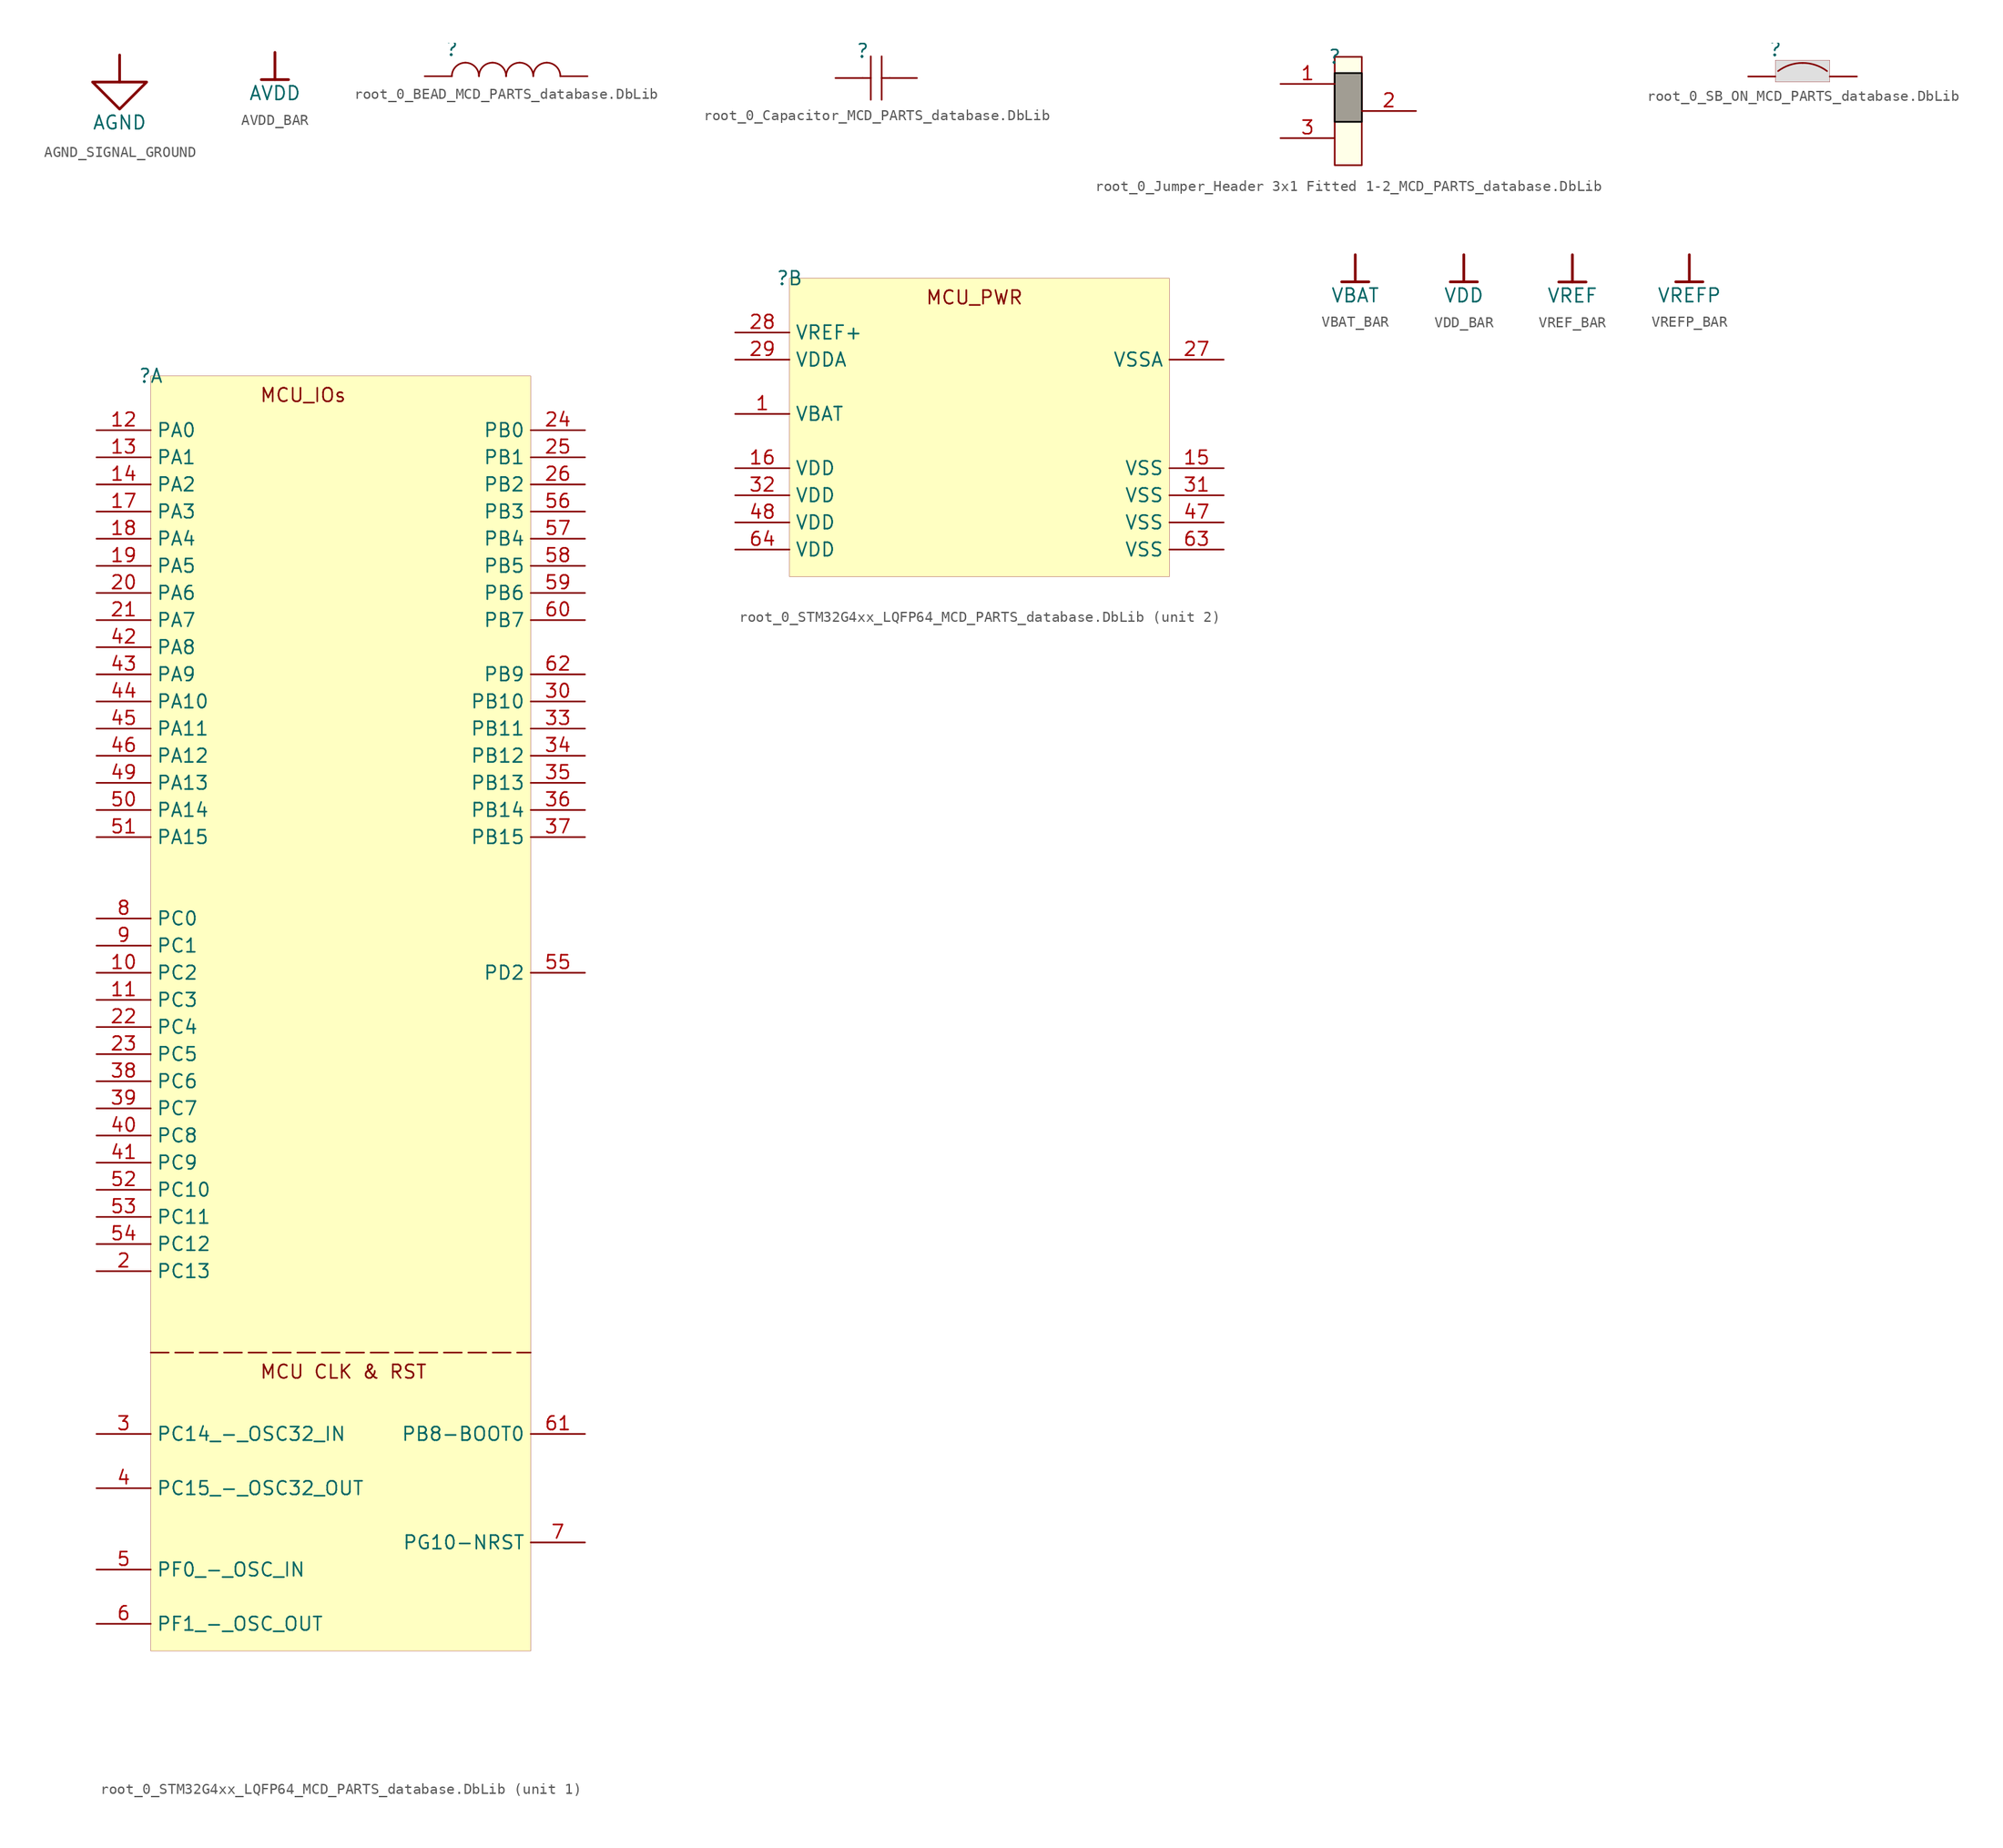
<source format=kicad_sym>
(kicad_symbol_lib
  (version 20241209)
  (generator "kicad_symbol_editor")
  (generator_version "9.0")
  (symbol "AGND_SIGNAL_GROUND"
    (power)
    (property "Reference" "#PWR"
      (at 0 0 0)
      (effects (font (size 1.27 1.27)) (hide yes)))
    (property "Value" "AGND"
      (at 0 -6.35 0)
      (effects (font (size 1.27 1.27))))
    (symbol "AGND_SIGNAL_GROUND_0_0"
      (polyline (pts (xy -2.54 -2.54) (xy 2.54 -2.54) (xy 0 -5.08) (xy -2.54 -2.54)) (stroke (width 0.254) (type solid)) (fill (type none)))
      (polyline (pts (xy 0 0) (xy 0 -2.54)) (stroke (width 0.254) (type solid)) (fill (type none)))
      (pin power_in line (at 0 0 0) (length 0) (hide yes) (name "AGND" (effects (font (size 1.27 1.27)))) (number "" (effects (font (size 1.27 1.27)))))))
  (symbol "AVDD_BAR"
    (power)
    (property "Reference" "#PWR"
      (at 0 0 0)
      (effects (font (size 1.27 1.27)) (hide yes)))
    (property "Value" "AVDD"
      (at 0 -3.81 0)
      (effects (font (size 1.27 1.27))))
    (symbol "AVDD_BAR_0_0"
      (polyline (pts (xy -1.27 -2.54) (xy 1.27 -2.54)) (stroke (width 0.254) (type solid)) (fill (type none)))
      (polyline (pts (xy 0 0) (xy 0 -2.54)) (stroke (width 0.254) (type solid)) (fill (type none)))
      (pin power_in line (at 0 0 0) (length 0) (hide yes) (name "AVDD" (effects (font (size 1.27 1.27)))) (number "" (effects (font (size 1.27 1.27)))))))
  (symbol "root_0_BEAD_MCD_PARTS_database.DbLib"
    (pin_numbers
      (hide yes))
    (pin_names
      (hide yes))
    (property "Reference" ""
      (at 0 0 0)
      (effects (font (size 1.27 1.27))))
    (property "Value" ""
      (at 0 0 0)
      (effects (font (size 1.27 1.27))))
    (symbol "root_0_BEAD_MCD_PARTS_database.DbLib_1_0"
      (arc (start 0 -2.54) (mid 0.372 -1.642) (end 1.27 -1.27) (stroke (width 0) (type solid)) (fill (type none)))
      (arc (start 1.27 -1.27) (mid 2.168 -1.642) (end 2.54 -2.54) (stroke (width 0) (type solid)) (fill (type none)))
      (arc (start 2.54 -2.54) (mid 2.912 -1.642) (end 3.81 -1.27) (stroke (width 0) (type solid)) (fill (type none)))
      (arc (start 3.81 -1.27) (mid 4.708 -1.642) (end 5.08 -2.54) (stroke (width 0) (type solid)) (fill (type none)))
      (arc (start 5.08 -2.54) (mid 5.452 -1.642) (end 6.35 -1.27) (stroke (width 0) (type solid)) (fill (type none)))
      (arc (start 6.35 -1.27) (mid 7.248 -1.642) (end 7.62 -2.54) (stroke (width 0) (type solid)) (fill (type none)))
      (arc (start 7.62 -2.54) (mid 7.992 -1.642) (end 8.89 -1.27) (stroke (width 0) (type solid)) (fill (type none)))
      (arc (start 8.89 -1.27) (mid 9.788 -1.642) (end 10.16 -2.54) (stroke (width 0) (type solid)) (fill (type none)))
      (pin passive line (at -2.54 -2.54 0) (length 2.54) (name "1" (effects (font (size 1.27 1.27)))) (number "1" (effects (font (size 1.27 1.27)))))
      (pin passive line (at 12.7 -2.54 180) (length 2.54) (name "2" (effects (font (size 1.27 1.27)))) (number "2" (effects (font (size 1.27 1.27)))))))
  (symbol "root_0_Capacitor_MCD_PARTS_database.DbLib"
    (pin_numbers
      (hide yes))
    (pin_names
      (hide yes))
    (property "Reference" ""
      (at 0 0 0)
      (effects (font (size 1.27 1.27))))
    (property "Value" ""
      (at 0 0 0)
      (effects (font (size 1.27 1.27))))
    (symbol "root_0_Capacitor_MCD_PARTS_database.DbLib_1_0"
      (polyline (pts (xy 0 -2.54) (xy 0.762 -2.54)) (stroke (width 0) (type solid)) (fill (type none)))
      (polyline (pts (xy 0.762 -4.572) (xy 0.762 -0.508)) (stroke (width 0) (type solid)) (fill (type none)))
      (polyline (pts (xy 1.778 -0.508) (xy 1.778 -4.572)) (stroke (width 0) (type solid)) (fill (type none)))
      (polyline (pts (xy 2.54 -2.54) (xy 1.778 -2.54)) (stroke (width 0) (type solid)) (fill (type none)))
      (pin passive line (at -2.54 -2.54 0) (length 2.54) (name "1" (effects (font (size 1.27 1.27)))) (number "1" (effects (font (size 1.27 1.27)))))
      (pin passive line (at 5.08 -2.54 180) (length 2.54) (name "2" (effects (font (size 1.27 1.27)))) (number "2" (effects (font (size 1.27 1.27)))))))
  (symbol "root_0_Jumper_Header 3x1 Fitted 1-2_MCD_PARTS_database.DbLib"
    (pin_names
      (hide yes))
    (property "Reference" ""
      (at 0 0 0)
      (effects (font (size 1.27 1.27))))
    (property "Value" ""
      (at 0 0 0)
      (effects (font (size 1.27 1.27))))
    (symbol "root_0_Jumper_Header 3x1 Fitted 1-2_MCD_PARTS_database.DbLib_1_0"
      (rectangle (start 2.54 0) (end 0 -10.16) (stroke (width 0) (type solid)) (fill (type color) (color 255 255 232 1)))
      (rectangle (start 2.54 -1.524) (end 0 -6.096) (stroke (width 0) (type solid) (color 0 0 0 1)) (fill (type color) (color 68 60 62 0.5)))
      (pin passive line (at -5.08 -2.54 0) (length 5.08) (name "1" (effects (font (size 1.27 1.27)))) (number "1" (effects (font (size 1.27 1.27)))))
      (pin passive line (at -5.08 -7.62 0) (length 5.08) (name "3" (effects (font (size 1.27 1.27)))) (number "3" (effects (font (size 1.27 1.27)))))
      (pin passive line (at 7.62 -5.08 180) (length 5.08) (name "2" (effects (font (size 1.27 1.27)))) (number "2" (effects (font (size 1.27 1.27)))))))
  (symbol "root_0_SB_ON_MCD_PARTS_database.DbLib"
    (pin_numbers
      (hide yes))
    (pin_names
      (hide yes))
    (property "Reference" ""
      (at 0 0 0)
      (effects (font (size 1.27 1.27))))
    (property "Value" ""
      (at 0 0 0)
      (effects (font (size 1.27 1.27))))
    (symbol "root_0_SB_ON_MCD_PARTS_database.DbLib_1_0"
      (arc (start 0.254 -2.032) (mid 1.3352 -1.4655) (end 2.54 -1.27) (stroke (width 0) (type solid)) (fill (type none)))
      (arc (start 2.54 -1.27) (mid 3.7448 -1.4655) (end 4.826 -2.032) (stroke (width 0) (type solid)) (fill (type none)))
      (rectangle (start 5.08 -1.016) (end 0 -3.048) (stroke (width 0.025) (type solid) (color 128 0 0 1)) (fill (type color) (color 192 192 192 0.5)))
      (pin passive line (at -2.54 -2.54 0) (length 2.54) (name "1" (effects (font (size 1.27 1.27)))) (number "1" (effects (font (size 1.27 1.27)))))
      (pin passive line (at 7.62 -2.54 180) (length 2.54) (name "2" (effects (font (size 1.27 1.27)))) (number "2" (effects (font (size 1.27 1.27)))))))
  (symbol "root_0_STM32G4xx_LQFP64_MCD_PARTS_database.DbLib"
    (property "Reference" ""
      (at 0 0 0)
      (effects (font (size 1.27 1.27))))
    (property "Value" ""
      (at 0 0 0)
      (effects (font (size 1.27 1.27))))
    (symbol "root_0_STM32G4xx_LQFP64_MCD_PARTS_database.DbLib_1_0"
      (polyline (pts (xy 0 -91.44) (xy 35.56 -91.44)) (stroke (width 0) (type dash)) (fill (type none)))
      (rectangle (start 35.56 0) (end 0 -119.38) (stroke (width 0.025) (type solid) (color 128 0 0 1)) (fill (type background)))
      (text "MCU_IOs" (at 10.16 -2.54 0) (effects (font (size 1.27 1.27)) (justify left bottom)))
      (text "MCU CLK & RST" (at 10.16 -93.98 0) (effects (font (size 1.27 1.27)) (justify left bottom)))
      (pin passive line (at -5.08 -5.08 0) (length 5.08) (name "PA0" (effects (font (size 1.27 1.27)))) (number "12" (effects (font (size 1.27 1.27)))))
      (pin passive line (at -5.08 -7.62 0) (length 5.08) (name "PA1" (effects (font (size 1.27 1.27)))) (number "13" (effects (font (size 1.27 1.27)))))
      (pin passive line (at -5.08 -10.16 0) (length 5.08) (name "PA2" (effects (font (size 1.27 1.27)))) (number "14" (effects (font (size 1.27 1.27)))))
      (pin passive line (at -5.08 -12.7 0) (length 5.08) (name "PA3" (effects (font (size 1.27 1.27)))) (number "17" (effects (font (size 1.27 1.27)))))
      (pin passive line (at -5.08 -15.24 0) (length 5.08) (name "PA4" (effects (font (size 1.27 1.27)))) (number "18" (effects (font (size 1.27 1.27)))))
      (pin passive line (at -5.08 -17.78 0) (length 5.08) (name "PA5" (effects (font (size 1.27 1.27)))) (number "19" (effects (font (size 1.27 1.27)))))
      (pin passive line (at -5.08 -20.32 0) (length 5.08) (name "PA6" (effects (font (size 1.27 1.27)))) (number "20" (effects (font (size 1.27 1.27)))))
      (pin passive line (at -5.08 -22.86 0) (length 5.08) (name "PA7" (effects (font (size 1.27 1.27)))) (number "21" (effects (font (size 1.27 1.27)))))
      (pin passive line (at -5.08 -25.4 0) (length 5.08) (name "PA8" (effects (font (size 1.27 1.27)))) (number "42" (effects (font (size 1.27 1.27)))))
      (pin passive line (at -5.08 -27.94 0) (length 5.08) (name "PA9" (effects (font (size 1.27 1.27)))) (number "43" (effects (font (size 1.27 1.27)))))
      (pin passive line (at -5.08 -30.48 0) (length 5.08) (name "PA10" (effects (font (size 1.27 1.27)))) (number "44" (effects (font (size 1.27 1.27)))))
      (pin passive line (at -5.08 -33.02 0) (length 5.08) (name "PA11" (effects (font (size 1.27 1.27)))) (number "45" (effects (font (size 1.27 1.27)))))
      (pin passive line (at -5.08 -35.56 0) (length 5.08) (name "PA12" (effects (font (size 1.27 1.27)))) (number "46" (effects (font (size 1.27 1.27)))))
      (pin passive line (at -5.08 -38.1 0) (length 5.08) (name "PA13" (effects (font (size 1.27 1.27)))) (number "49" (effects (font (size 1.27 1.27)))))
      (pin passive line (at -5.08 -40.64 0) (length 5.08) (name "PA14" (effects (font (size 1.27 1.27)))) (number "50" (effects (font (size 1.27 1.27)))))
      (pin passive line (at -5.08 -43.18 0) (length 5.08) (name "PA15" (effects (font (size 1.27 1.27)))) (number "51" (effects (font (size 1.27 1.27)))))
      (pin passive line (at -5.08 -50.8 0) (length 5.08) (name "PC0" (effects (font (size 1.27 1.27)))) (number "8" (effects (font (size 1.27 1.27)))))
      (pin passive line (at -5.08 -53.34 0) (length 5.08) (name "PC1" (effects (font (size 1.27 1.27)))) (number "9" (effects (font (size 1.27 1.27)))))
      (pin passive line (at -5.08 -55.88 0) (length 5.08) (name "PC2" (effects (font (size 1.27 1.27)))) (number "10" (effects (font (size 1.27 1.27)))))
      (pin passive line (at -5.08 -58.42 0) (length 5.08) (name "PC3" (effects (font (size 1.27 1.27)))) (number "11" (effects (font (size 1.27 1.27)))))
      (pin passive line (at -5.08 -60.96 0) (length 5.08) (name "PC4" (effects (font (size 1.27 1.27)))) (number "22" (effects (font (size 1.27 1.27)))))
      (pin passive line (at -5.08 -63.5 0) (length 5.08) (name "PC5" (effects (font (size 1.27 1.27)))) (number "23" (effects (font (size 1.27 1.27)))))
      (pin passive line (at -5.08 -66.04 0) (length 5.08) (name "PC6" (effects (font (size 1.27 1.27)))) (number "38" (effects (font (size 1.27 1.27)))))
      (pin passive line (at -5.08 -68.58 0) (length 5.08) (name "PC7" (effects (font (size 1.27 1.27)))) (number "39" (effects (font (size 1.27 1.27)))))
      (pin passive line (at -5.08 -71.12 0) (length 5.08) (name "PC8" (effects (font (size 1.27 1.27)))) (number "40" (effects (font (size 1.27 1.27)))))
      (pin passive line (at -5.08 -73.66 0) (length 5.08) (name "PC9" (effects (font (size 1.27 1.27)))) (number "41" (effects (font (size 1.27 1.27)))))
      (pin passive line (at -5.08 -76.2 0) (length 5.08) (name "PC10" (effects (font (size 1.27 1.27)))) (number "52" (effects (font (size 1.27 1.27)))))
      (pin passive line (at -5.08 -78.74 0) (length 5.08) (name "PC11" (effects (font (size 1.27 1.27)))) (number "53" (effects (font (size 1.27 1.27)))))
      (pin passive line (at -5.08 -81.28 0) (length 5.08) (name "PC12" (effects (font (size 1.27 1.27)))) (number "54" (effects (font (size 1.27 1.27)))))
      (pin passive line (at -5.08 -83.82 0) (length 5.08) (name "PC13" (effects (font (size 1.27 1.27)))) (number "2" (effects (font (size 1.27 1.27)))))
      (pin passive line (at -5.08 -99.06 0) (length 5.08) (name "PC14_-_OSC32_IN" (effects (font (size 1.27 1.27)))) (number "3" (effects (font (size 1.27 1.27)))))
      (pin passive line (at -5.08 -104.14 0) (length 5.08) (name "PC15_-_OSC32_OUT" (effects (font (size 1.27 1.27)))) (number "4" (effects (font (size 1.27 1.27)))))
      (pin passive line (at -5.08 -111.76 0) (length 5.08) (name "PF0_-_OSC_IN" (effects (font (size 1.27 1.27)))) (number "5" (effects (font (size 1.27 1.27)))))
      (pin passive line (at -5.08 -116.84 0) (length 5.08) (name "PF1_-_OSC_OUT" (effects (font (size 1.27 1.27)))) (number "6" (effects (font (size 1.27 1.27)))))
      (pin passive line (at 40.64 -5.08 180) (length 5.08) (name "PB0" (effects (font (size 1.27 1.27)))) (number "24" (effects (font (size 1.27 1.27)))))
      (pin passive line (at 40.64 -7.62 180) (length 5.08) (name "PB1" (effects (font (size 1.27 1.27)))) (number "25" (effects (font (size 1.27 1.27)))))
      (pin passive line (at 40.64 -10.16 180) (length 5.08) (name "PB2" (effects (font (size 1.27 1.27)))) (number "26" (effects (font (size 1.27 1.27)))))
      (pin passive line (at 40.64 -12.7 180) (length 5.08) (name "PB3" (effects (font (size 1.27 1.27)))) (number "56" (effects (font (size 1.27 1.27)))))
      (pin passive line (at 40.64 -15.24 180) (length 5.08) (name "PB4" (effects (font (size 1.27 1.27)))) (number "57" (effects (font (size 1.27 1.27)))))
      (pin passive line (at 40.64 -17.78 180) (length 5.08) (name "PB5" (effects (font (size 1.27 1.27)))) (number "58" (effects (font (size 1.27 1.27)))))
      (pin passive line (at 40.64 -20.32 180) (length 5.08) (name "PB6" (effects (font (size 1.27 1.27)))) (number "59" (effects (font (size 1.27 1.27)))))
      (pin passive line (at 40.64 -22.86 180) (length 5.08) (name "PB7" (effects (font (size 1.27 1.27)))) (number "60" (effects (font (size 1.27 1.27)))))
      (pin passive line (at 40.64 -27.94 180) (length 5.08) (name "PB9" (effects (font (size 1.27 1.27)))) (number "62" (effects (font (size 1.27 1.27)))))
      (pin passive line (at 40.64 -30.48 180) (length 5.08) (name "PB10" (effects (font (size 1.27 1.27)))) (number "30" (effects (font (size 1.27 1.27)))))
      (pin passive line (at 40.64 -33.02 180) (length 5.08) (name "PB11" (effects (font (size 1.27 1.27)))) (number "33" (effects (font (size 1.27 1.27)))))
      (pin passive line (at 40.64 -35.56 180) (length 5.08) (name "PB12" (effects (font (size 1.27 1.27)))) (number "34" (effects (font (size 1.27 1.27)))))
      (pin passive line (at 40.64 -38.1 180) (length 5.08) (name "PB13" (effects (font (size 1.27 1.27)))) (number "35" (effects (font (size 1.27 1.27)))))
      (pin passive line (at 40.64 -40.64 180) (length 5.08) (name "PB14" (effects (font (size 1.27 1.27)))) (number "36" (effects (font (size 1.27 1.27)))))
      (pin passive line (at 40.64 -43.18 180) (length 5.08) (name "PB15" (effects (font (size 1.27 1.27)))) (number "37" (effects (font (size 1.27 1.27)))))
      (pin passive line (at 40.64 -55.88 180) (length 5.08) (name "PD2" (effects (font (size 1.27 1.27)))) (number "55" (effects (font (size 1.27 1.27)))))
      (pin passive line (at 40.64 -99.06 180) (length 5.08) (name "PB8-BOOT0" (effects (font (size 1.27 1.27)))) (number "61" (effects (font (size 1.27 1.27)))))
      (pin passive line (at 40.64 -109.22 180) (length 5.08) (name "PG10-NRST" (effects (font (size 1.27 1.27)))) (number "7" (effects (font (size 1.27 1.27))))))
    (symbol "root_0_STM32G4xx_LQFP64_MCD_PARTS_database.DbLib_2_0"
      (rectangle (start 35.56 0) (end 0 -27.94) (stroke (width 0.025) (type solid) (color 128 0 0 1)) (fill (type background)))
      (text "MCU_PWR" (at 12.7 -2.54 0) (effects (font (size 1.27 1.27)) (justify left bottom)))
      (pin passive line (at -5.08 -5.08 0) (length 5.08) (name "VREF+" (effects (font (size 1.27 1.27)))) (number "28" (effects (font (size 1.27 1.27)))))
      (pin passive line (at -5.08 -7.62 0) (length 5.08) (name "VDDA" (effects (font (size 1.27 1.27)))) (number "29" (effects (font (size 1.27 1.27)))))
      (pin passive line (at -5.08 -12.7 0) (length 5.08) (name "VBAT" (effects (font (size 1.27 1.27)))) (number "1" (effects (font (size 1.27 1.27)))))
      (pin passive line (at -5.08 -17.78 0) (length 5.08) (name "VDD" (effects (font (size 1.27 1.27)))) (number "16" (effects (font (size 1.27 1.27)))))
      (pin passive line (at -5.08 -20.32 0) (length 5.08) (name "VDD" (effects (font (size 1.27 1.27)))) (number "32" (effects (font (size 1.27 1.27)))))
      (pin passive line (at -5.08 -22.86 0) (length 5.08) (name "VDD" (effects (font (size 1.27 1.27)))) (number "48" (effects (font (size 1.27 1.27)))))
      (pin passive line (at -5.08 -25.4 0) (length 5.08) (name "VDD" (effects (font (size 1.27 1.27)))) (number "64" (effects (font (size 1.27 1.27)))))
      (pin passive line (at 40.64 -7.62 180) (length 5.08) (name "VSSA" (effects (font (size 1.27 1.27)))) (number "27" (effects (font (size 1.27 1.27)))))
      (pin passive line (at 40.64 -17.78 180) (length 5.08) (name "VSS" (effects (font (size 1.27 1.27)))) (number "15" (effects (font (size 1.27 1.27)))))
      (pin passive line (at 40.64 -20.32 180) (length 5.08) (name "VSS" (effects (font (size 1.27 1.27)))) (number "31" (effects (font (size 1.27 1.27)))))
      (pin passive line (at 40.64 -22.86 180) (length 5.08) (name "VSS" (effects (font (size 1.27 1.27)))) (number "47" (effects (font (size 1.27 1.27)))))
      (pin passive line (at 40.64 -25.4 180) (length 5.08) (name "VSS" (effects (font (size 1.27 1.27)))) (number "63" (effects (font (size 1.27 1.27)))))))
  (symbol "VBAT_BAR"
    (power)
    (property "Reference" "#PWR"
      (at 0 0 0)
      (effects (font (size 1.27 1.27)) (hide yes)))
    (property "Value" "VBAT"
      (at 0 -3.81 0)
      (effects (font (size 1.27 1.27))))
    (symbol "VBAT_BAR_0_0"
      (polyline (pts (xy -1.27 -2.54) (xy 1.27 -2.54)) (stroke (width 0.254) (type solid)) (fill (type none)))
      (polyline (pts (xy 0 0) (xy 0 -2.54)) (stroke (width 0.254) (type solid)) (fill (type none)))
      (pin power_in line (at 0 0 0) (length 0) (hide yes) (name "VBAT" (effects (font (size 1.27 1.27)))) (number "" (effects (font (size 1.27 1.27)))))))
  (symbol "VDD_BAR"
    (power)
    (property "Reference" "#PWR"
      (at 0 0 0)
      (effects (font (size 1.27 1.27)) (hide yes)))
    (property "Value" "VDD"
      (at 0 -3.81 0)
      (effects (font (size 1.27 1.27))))
    (symbol "VDD_BAR_0_0"
      (polyline (pts (xy -1.27 -2.54) (xy 1.27 -2.54)) (stroke (width 0.254) (type solid)) (fill (type none)))
      (polyline (pts (xy 0 0) (xy 0 -2.54)) (stroke (width 0.254) (type solid)) (fill (type none)))
      (pin power_in line (at 0 0 0) (length 0) (hide yes) (name "VDD" (effects (font (size 1.27 1.27)))) (number "" (effects (font (size 1.27 1.27)))))))
  (symbol "VREF_BAR"
    (power)
    (property "Reference" "#PWR"
      (at 0 0 0)
      (effects (font (size 1.27 1.27)) (hide yes)))
    (property "Value" "VREF"
      (at 0 -3.81 0)
      (effects (font (size 1.27 1.27))))
    (symbol "VREF_BAR_0_0"
      (polyline (pts (xy -1.27 -2.54) (xy 1.27 -2.54)) (stroke (width 0.254) (type solid)) (fill (type none)))
      (polyline (pts (xy 0 0) (xy 0 -2.54)) (stroke (width 0.254) (type solid)) (fill (type none)))
      (pin power_in line (at 0 0 0) (length 0) (hide yes) (name "VREF" (effects (font (size 1.27 1.27)))) (number "" (effects (font (size 1.27 1.27)))))))
  (symbol "VREFP_BAR"
    (power)
    (property "Reference" "#PWR"
      (at 0 0 0)
      (effects (font (size 1.27 1.27)) (hide yes)))
    (property "Value" "VREFP"
      (at 0 -3.81 0)
      (effects (font (size 1.27 1.27))))
    (symbol "VREFP_BAR_0_0"
      (polyline (pts (xy -1.27 -2.54) (xy 1.27 -2.54)) (stroke (width 0.254) (type solid)) (fill (type none)))
      (polyline (pts (xy 0 0) (xy 0 -2.54)) (stroke (width 0.254) (type solid)) (fill (type none)))
      (pin power_in line (at 0 0 0) (length 0) (hide yes) (name "VREFP" (effects (font (size 1.27 1.27)))) (number "" (effects (font (size 1.27 1.27))))))))
</source>
